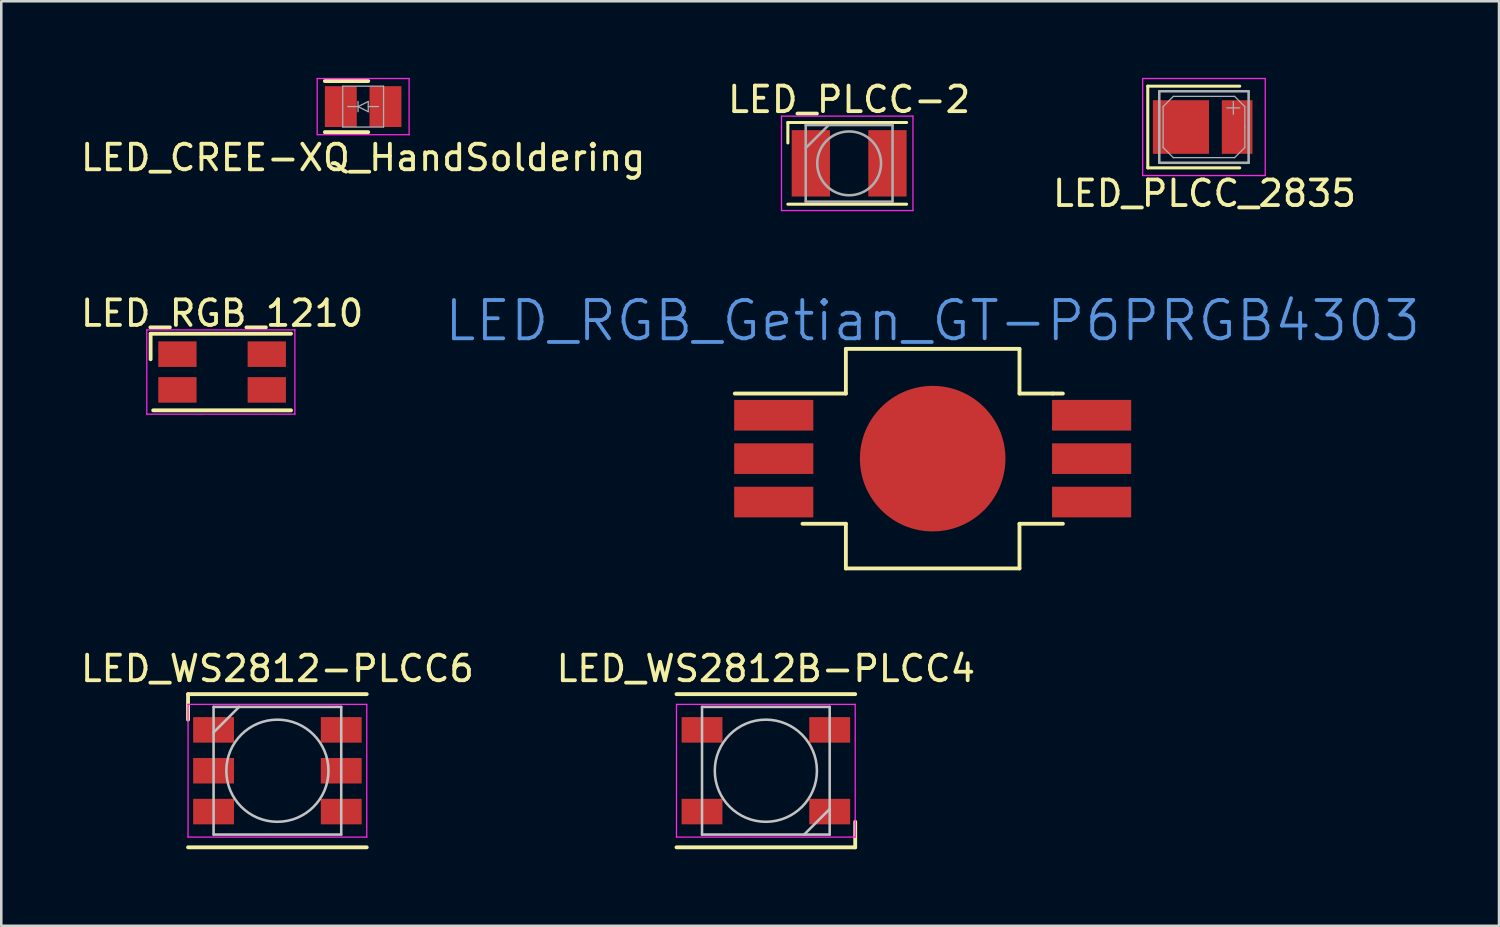
<source format=kicad_pcb>
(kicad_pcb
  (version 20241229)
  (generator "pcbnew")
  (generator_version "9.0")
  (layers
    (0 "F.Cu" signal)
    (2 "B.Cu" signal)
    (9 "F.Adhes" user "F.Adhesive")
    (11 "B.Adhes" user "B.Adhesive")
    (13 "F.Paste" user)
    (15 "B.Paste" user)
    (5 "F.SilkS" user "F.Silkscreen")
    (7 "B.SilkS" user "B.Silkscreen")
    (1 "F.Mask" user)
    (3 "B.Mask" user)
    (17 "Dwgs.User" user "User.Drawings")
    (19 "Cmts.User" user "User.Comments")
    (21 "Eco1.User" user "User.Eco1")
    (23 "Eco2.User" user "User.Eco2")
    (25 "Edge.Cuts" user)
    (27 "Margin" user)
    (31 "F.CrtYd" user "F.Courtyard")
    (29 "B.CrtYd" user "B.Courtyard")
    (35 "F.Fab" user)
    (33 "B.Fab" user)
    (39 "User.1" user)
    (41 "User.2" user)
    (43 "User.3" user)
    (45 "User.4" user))
  (footprint "LED_WS2812B-PLCC4"
    (layer "F.Cu")
    (at 26.946 27.137)
    (property "Reference" "LED_WS2812B-PLCC4" (at 0 -4 0) (layer "F.SilkS") (effects (font (size 1 1) (thickness 0.15))))
    (attr smd)
    (fp_line (start -3.5 -3) (end 3.5 -3) (stroke (width 0.15) (type solid)) (layer "F.SilkS"))
    (fp_line (start -3.5 3) (end 3.5 3) (stroke (width 0.15) (type solid)) (layer "F.SilkS"))
    (fp_line (start 3.5 3) (end 3.5 2) (stroke (width 0.15) (type solid)) (layer "F.SilkS"))
    (fp_line (start -2.5 -2.5) (end -2.5 2.5) (stroke (width 0.1) (type solid)) (layer "Dwgs.User"))
    (fp_line (start -2.5 2.5) (end 2.5 2.5) (stroke (width 0.1) (type solid)) (layer "Dwgs.User"))
    (fp_line (start 2.5 -2.5) (end -2.5 -2.5) (stroke (width 0.1) (type solid)) (layer "Dwgs.User"))
    (fp_line (start 2.5 1.5) (end 1.5 2.5) (stroke (width 0.1) (type solid)) (layer "Dwgs.User"))
    (fp_line (start 2.5 2.5) (end 2.5 -2.5) (stroke (width 0.1) (type solid)) (layer "Dwgs.User"))
    (fp_circle (center 0 0) (end 0 -2) (stroke (width 0.1) (type solid)) (fill no) (layer "Dwgs.User"))
    (fp_line (start -3.5 -2.6) (end -3.5 2.6) (stroke (width 0.05) (type solid)) (layer "F.CrtYd"))
    (fp_line (start -3.5 2.6) (end 3.5 2.6) (stroke (width 0.05) (type solid)) (layer "F.CrtYd"))
    (fp_line (start 3.5 -2.6) (end -3.5 -2.6) (stroke (width 0.05) (type solid)) (layer "F.CrtYd"))
    (fp_line (start 3.5 2.6) (end 3.5 -2.6) (stroke (width 0.05) (type solid)) (layer "F.CrtYd"))
    (pad "1" smd rect (at -2.5 -1.6) (size 1.6 1) (layers "F.Cu" "F.Mask" "F.Paste"))
    (pad "2" smd rect (at -2.5 1.6) (size 1.6 1) (layers "F.Cu" "F.Mask" "F.Paste"))
    (pad "3" smd rect (at 2.5 1.6) (size 1.6 1) (layers "F.Cu" "F.Mask" "F.Paste"))
    (pad "4" smd rect (at 2.5 -1.6) (size 1.6 1) (layers "F.Cu" "F.Mask" "F.Paste")))
  (footprint "LED_PLCC-2"
    (layer "F.Cu")
    (at 30.208 3.348)
    (property "Reference" "LED_PLCC-2" (at 0 -2.5 0) (layer "F.SilkS") (effects (font (size 1 1) (thickness 0.15))))
    (attr smd)
    (fp_line (start -2.4 -1.6) (end -2.4 -0.8) (stroke (width 0.12) (type solid)) (layer "F.SilkS"))
    (fp_line (start 2.25 -1.6) (end -2.4 -1.6) (stroke (width 0.12) (type solid)) (layer "F.SilkS"))
    (fp_line (start 2.25 1.6) (end -2.4 1.6) (stroke (width 0.12) (type solid)) (layer "F.SilkS"))
    (fp_line (start -2.65 -1.85) (end 2.5 -1.85) (stroke (width 0.05) (type solid)) (layer "F.CrtYd"))
    (fp_line (start -2.65 1.85) (end -2.65 -1.85) (stroke (width 0.05) (type solid)) (layer "F.CrtYd"))
    (fp_line (start 2.5 -1.85) (end 2.5 1.85) (stroke (width 0.05) (type solid)) (layer "F.CrtYd"))
    (fp_line (start 2.5 1.85) (end -2.65 1.85) (stroke (width 0.05) (type solid)) (layer "F.CrtYd"))
    (fp_line (start -1.7 -1.5) (end -1.7 1.5) (stroke (width 0.1) (type solid)) (layer "F.Fab"))
    (fp_line (start -1.7 -0.6) (end -0.8 -1.5) (stroke (width 0.1) (type solid)) (layer "F.Fab"))
    (fp_line (start -1.7 1.5) (end 1.7 1.5) (stroke (width 0.1) (type solid)) (layer "F.Fab"))
    (fp_line (start 1.7 -1.5) (end -1.7 -1.5) (stroke (width 0.1) (type solid)) (layer "F.Fab"))
    (fp_line (start 1.7 1.5) (end 1.7 -1.5) (stroke (width 0.1) (type solid)) (layer "F.Fab"))
    (fp_circle (center 0 0) (end 0 -1.25) (stroke (width 0.1) (type solid)) (fill no) (layer "F.Fab"))
    (pad "1" smd rect (at -1.5 0) (size 1.5 2.6) (layers "F.Cu" "F.Mask" "F.Paste"))
    (pad "2" smd rect (at 1.5 0) (size 1.5 2.6) (layers "F.Cu" "F.Mask" "F.Paste")))
  (footprint "LED_RGB_1210"
    (layer "F.Cu")
    (at 5.649 11.521)
    (property "Reference" "LED_RGB_1210" (at 0 -2.3 0) (layer "F.SilkS") (effects (font (size 1 1) (thickness 0.15))))
    (attr smd)
    (fp_line (start -2.8 -0.5) (end -2.8 -1.5) (stroke (width 0.15) (type solid)) (layer "F.SilkS"))
    (fp_line (start 2.7 -1.5) (end -2.8 -1.5) (stroke (width 0.15) (type solid)) (layer "F.SilkS"))
    (fp_line (start 2.7 1.5) (end -2.7 1.5) (stroke (width 0.15) (type solid)) (layer "F.SilkS"))
    (fp_line (start -2.95 -1.65) (end -2.95 1.65) (stroke (width 0.05) (type solid)) (layer "F.CrtYd"))
    (fp_line (start -2.95 1.65) (end 2.85 1.65) (stroke (width 0.05) (type solid)) (layer "F.CrtYd"))
    (fp_line (start 2.85 -1.65) (end -2.95 -1.65) (stroke (width 0.05) (type solid)) (layer "F.CrtYd"))
    (fp_line (start 2.85 1.65) (end 2.85 -1.65) (stroke (width 0.05) (type solid)) (layer "F.CrtYd"))
    (pad "1" smd rect (at -1.75 -0.7 180) (size 1.5 1) (layers "F.Cu" "F.Mask" "F.Paste"))
    (pad "2" smd rect (at -1.75 0.7 180) (size 1.5 1) (layers "F.Cu" "F.Mask" "F.Paste"))
    (pad "3" smd rect (at 1.75 0.7 180) (size 1.5 1) (layers "F.Cu" "F.Mask" "F.Paste"))
    (pad "4" smd rect (at 1.75 -0.7 180) (size 1.5 1) (layers "F.Cu" "F.Mask" "F.Paste")))
  (footprint "LED_CREE-XQ_HandSoldering"
    (layer "F.Cu")
    (at 11.173 1.125)
    (property "Reference" "LED_CREE-XQ_HandSoldering" (at 0 2 0) (layer "F.SilkS") (effects (font (size 1 1) (thickness 0.15))))
    (attr smd)
    (fp_line (start 0.2 -1) (end -1.5 -1) (stroke (width 0.15) (type solid)) (layer "F.SilkS"))
    (fp_line (start 0.2 1) (end -1.5 1) (stroke (width 0.15) (type solid)) (layer "F.SilkS"))
    (fp_line (start -1.8 -1.1) (end 1.8 -1.1) (stroke (width 0.05) (type solid)) (layer "F.CrtYd"))
    (fp_line (start -1.8 1.1) (end -1.8 -1.1) (stroke (width 0.05) (type solid)) (layer "F.CrtYd"))
    (fp_line (start 1.8 -1.1) (end 1.8 1.1) (stroke (width 0.05) (type solid)) (layer "F.CrtYd"))
    (fp_line (start 1.8 1.1) (end -1.8 1.1) (stroke (width 0.05) (type solid)) (layer "F.CrtYd"))
    (fp_line (start -0.8 -0.8) (end 0.8 -0.8) (stroke (width 0.05) (type solid)) (layer "F.Fab"))
    (fp_line (start -0.8 0.8) (end -0.8 -0.8) (stroke (width 0.05) (type solid)) (layer "F.Fab"))
    (fp_line (start -0.6 0) (end -0.2 0) (stroke (width 0.05) (type solid)) (layer "F.Fab"))
    (fp_line (start -0.2 -0.2) (end -0.2 0.2) (stroke (width 0.05) (type solid)) (layer "F.Fab"))
    (fp_line (start -0.2 0) (end 0.2 -0.2) (stroke (width 0.05) (type solid)) (layer "F.Fab"))
    (fp_line (start 0.2 -0.2) (end 0.2 0.2) (stroke (width 0.05) (type solid)) (layer "F.Fab"))
    (fp_line (start 0.2 0.2) (end -0.2 0) (stroke (width 0.05) (type solid)) (layer "F.Fab"))
    (fp_line (start 0.6 0) (end 0.2 0) (stroke (width 0.05) (type solid)) (layer "F.Fab"))
    (fp_line (start 0.8 -0.8) (end 0.8 0.8) (stroke (width 0.05) (type solid)) (layer "F.Fab"))
    (fp_line (start 0.8 0.8) (end -0.8 0.8) (stroke (width 0.05) (type solid)) (layer "F.Fab"))
    (pad "1" smd rect (at -0.875 0) (size 1.25 1.6) (layers "F.Cu" "F.Mask"))
    (pad "2" smd rect (at 0.875 0) (size 1.25 1.6) (layers "F.Cu" "F.Mask")))
  (footprint "LED_PLCC_2835"
    (layer "F.Cu")
    (at 44.105 1.925)
    (property "Reference" "LED_PLCC_2835" (at 0.02 2.6 0) (layer "F.SilkS") (effects (font (size 1 1) (thickness 0.15))))
    (attr smd)
    (fp_line (start -2.2 -1.6) (end -2.2 1.6) (stroke (width 0.12) (type solid)) (layer "F.SilkS"))
    (fp_line (start 1.4 -1.6) (end -2.2 -1.6) (stroke (width 0.12) (type solid)) (layer "F.SilkS"))
    (fp_line (start 1.4 1.6) (end -2.2 1.6) (stroke (width 0.12) (type solid)) (layer "F.SilkS"))
    (fp_line (start -2.4 -1.9) (end 2.4 -1.9) (stroke (width 0.05) (type solid)) (layer "F.CrtYd"))
    (fp_line (start -2.4 1.9) (end -2.4 -1.9) (stroke (width 0.05) (type solid)) (layer "F.CrtYd"))
    (fp_line (start 2.4 -1.9) (end 2.4 1.9) (stroke (width 0.05) (type solid)) (layer "F.CrtYd"))
    (fp_line (start 2.4 1.9) (end -2.4 1.9) (stroke (width 0.05) (type solid)) (layer "F.CrtYd"))
    (fp_line (start -1.75 -1.4) (end 1.75 -1.4) (stroke (width 0.1) (type solid)) (layer "F.Fab"))
    (fp_line (start -1.75 1.4) (end -1.75 -1.4) (stroke (width 0.1) (type solid)) (layer "F.Fab"))
    (fp_line (start -1.6 -0.8) (end -1.2 -1.2) (stroke (width 0.05) (type solid)) (layer "F.Fab"))
    (fp_line (start -1.6 0.8) (end -1.6 -0.8) (stroke (width 0.05) (type solid)) (layer "F.Fab"))
    (fp_line (start -1.2 -1.2) (end 1.2 -1.2) (stroke (width 0.05) (type solid)) (layer "F.Fab"))
    (fp_line (start -1.2 1.2) (end -1.6 0.8) (stroke (width 0.05) (type solid)) (layer "F.Fab"))
    (fp_line (start 1.15 -0.5) (end 1.15 -1) (stroke (width 0.05) (type solid)) (layer "F.Fab"))
    (fp_line (start 1.2 -1.2) (end 1.6 -0.8) (stroke (width 0.05) (type solid)) (layer "F.Fab"))
    (fp_line (start 1.2 1.2) (end -1.2 1.2) (stroke (width 0.05) (type solid)) (layer "F.Fab"))
    (fp_line (start 1.4 -0.75) (end 0.9 -0.75) (stroke (width 0.05) (type solid)) (layer "F.Fab"))
    (fp_line (start 1.6 -0.8) (end 1.6 -0.000094) (stroke (width 0.05) (type solid)) (layer "F.Fab"))
    (fp_line (start 1.6 -0.000094) (end 1.6 0.8) (stroke (width 0.05) (type solid)) (layer "F.Fab"))
    (fp_line (start 1.6 0.8) (end 1.2 1.2) (stroke (width 0.05) (type solid)) (layer "F.Fab"))
    (fp_line (start 1.75 -1.4) (end 1.75 1.4) (stroke (width 0.1) (type solid)) (layer "F.Fab"))
    (fp_line (start 1.75 1.4) (end -1.75 1.4) (stroke (width 0.1) (type solid)) (layer "F.Fab"))
    (pad "1" smd rect (at -0.9 0 180) (size 2.2 2.1) (layers "F.Cu" "F.Mask" "F.Paste"))
    (pad "2" smd rect (at 1.3 0 180) (size 1.2 2.1) (layers "F.Cu" "F.Mask" "F.Paste")))
  (footprint "LED_RGB_Getian_GT-P6PRGB4303"
    (layer "F.Cu")
    (at 33.48 14.914)
    (property "Reference" "LED_RGB_Getian_GT-P6PRGB4303" (at 0 -5.4 0) (layer "Cmts.User") (effects (font (size 1.5 1.5) (thickness 0.15))))
    (attr through_hole)
    (fp_line (start -7.75 -2.55) (end -3.4 -2.55) (stroke (width 0.15) (type solid)) (layer "F.SilkS"))
    (fp_line (start -5.1 2.55) (end -3.4 2.55) (stroke (width 0.15) (type solid)) (layer "F.SilkS"))
    (fp_line (start -3.4 -4.3) (end -3.4 -2.55) (stroke (width 0.15) (type solid)) (layer "F.SilkS"))
    (fp_line (start -3.4 2.55) (end -3.4 4.3) (stroke (width 0.15) (type solid)) (layer "F.SilkS"))
    (fp_line (start 3.4 -4.3) (end -3.4 -4.3) (stroke (width 0.15) (type solid)) (layer "F.SilkS"))
    (fp_line (start 3.4 -4.3) (end 3.4 -2.55) (stroke (width 0.15) (type solid)) (layer "F.SilkS"))
    (fp_line (start 3.4 -2.55) (end 4.7 -2.55) (stroke (width 0.15) (type solid)) (layer "F.SilkS"))
    (fp_line (start 3.4 2.55) (end 3.4 4.3) (stroke (width 0.15) (type solid)) (layer "F.SilkS"))
    (fp_line (start 3.4 4.3) (end -3.4 4.3) (stroke (width 0.15) (type solid)) (layer "F.SilkS"))
    (fp_line (start 4.7 -2.55) (end 5.1 -2.55) (stroke (width 0.15) (type solid)) (layer "F.SilkS"))
    (fp_line (start 5.1 2.55) (end 3.4 2.55) (stroke (width 0.15) (type solid)) (layer "F.SilkS"))
    (pad "BA" smd rect (at -6.225 1.7) (size 3.1 1.2) (layers "F.Cu" "F.Mask" "F.Paste"))
    (pad "BC" smd rect (at 6.225 1.7 180) (size 3.1 1.2) (layers "F.Cu" "F.Mask" "F.Paste"))
    (pad "GA" smd rect (at -6.225 0) (size 3.1 1.2) (layers "F.Cu" "F.Mask" "F.Paste"))
    (pad "GC" smd rect (at 6.225 0 180) (size 3.1 1.2) (layers "F.Cu" "F.Mask" "F.Paste"))
    (pad "PAD" smd circle (at 0 0) (size 5.7 5.7) (layers "F.Cu" "F.Mask" "F.Paste"))
    (pad "RA" smd rect (at -6.225 -1.7) (size 3.1 1.2) (layers "F.Cu" "F.Mask" "F.Paste"))
    (pad "RC" smd rect (at 6.225 -1.7 180) (size 3.1 1.2) (layers "F.Cu" "F.Mask" "F.Paste")))
  (footprint "LED_WS2812-PLCC6"
    (layer "F.Cu")
    (at 7.815 27.137)
    (property "Reference" "LED_WS2812-PLCC6" (at 0 -4 0) (layer "F.SilkS") (effects (font (size 1 1) (thickness 0.15))))
    (attr smd)
    (fp_line (start -3.5 -3) (end 3.5 -3) (stroke (width 0.15) (type solid)) (layer "F.SilkS"))
    (fp_line (start -3.5 -2) (end -3.5 -3) (stroke (width 0.15) (type solid)) (layer "F.SilkS"))
    (fp_line (start -3.5 3) (end 3.5 3) (stroke (width 0.15) (type solid)) (layer "F.SilkS"))
    (fp_line (start -2.5 -2.5) (end 2.5 -2.5) (stroke (width 0.1) (type solid)) (layer "Dwgs.User"))
    (fp_line (start -2.5 -1.5) (end -1.5 -2.5) (stroke (width 0.1) (type solid)) (layer "Dwgs.User"))
    (fp_line (start -2.5 2.5) (end -2.5 -2.5) (stroke (width 0.1) (type solid)) (layer "Dwgs.User"))
    (fp_line (start 2.5 -2.5) (end 2.5 2.5) (stroke (width 0.1) (type solid)) (layer "Dwgs.User"))
    (fp_line (start 2.5 2.5) (end -2.5 2.5) (stroke (width 0.1) (type solid)) (layer "Dwgs.User"))
    (fp_circle (center 0 0) (end 0 -2) (stroke (width 0.1) (type solid)) (fill no) (layer "Dwgs.User"))
    (fp_line (start -3.5 -2.6) (end -3.5 2.6) (stroke (width 0.05) (type solid)) (layer "F.CrtYd"))
    (fp_line (start -3.5 2.6) (end 3.5 2.6) (stroke (width 0.05) (type solid)) (layer "F.CrtYd"))
    (fp_line (start 3.5 -2.6) (end -3.5 -2.6) (stroke (width 0.05) (type solid)) (layer "F.CrtYd"))
    (fp_line (start 3.5 2.6) (end 3.5 -2.6) (stroke (width 0.05) (type solid)) (layer "F.CrtYd"))
    (pad "1" smd rect (at -2.5 -1.6) (size 1.6 1) (layers "F.Cu" "F.Mask" "F.Paste"))
    (pad "2" smd rect (at -2.5 0) (size 1.6 1) (layers "F.Cu" "F.Mask" "F.Paste"))
    (pad "3" smd rect (at -2.5 1.6) (size 1.6 1) (layers "F.Cu" "F.Mask" "F.Paste"))
    (pad "4" smd rect (at 2.5 1.6) (size 1.6 1) (layers "F.Cu" "F.Mask" "F.Paste"))
    (pad "5" smd rect (at 2.5 0) (size 1.6 1) (layers "F.Cu" "F.Mask" "F.Paste"))
    (pad "6" smd rect (at 2.5 -1.6) (size 1.6 1) (layers "F.Cu" "F.Mask" "F.Paste")))
  (gr_rect
    (start -3 -3)
    (end 55.662 33.212)
    (stroke (width 0.1) (type default))
    (fill no)
    (layer "Edge.Cuts")))
</source>
